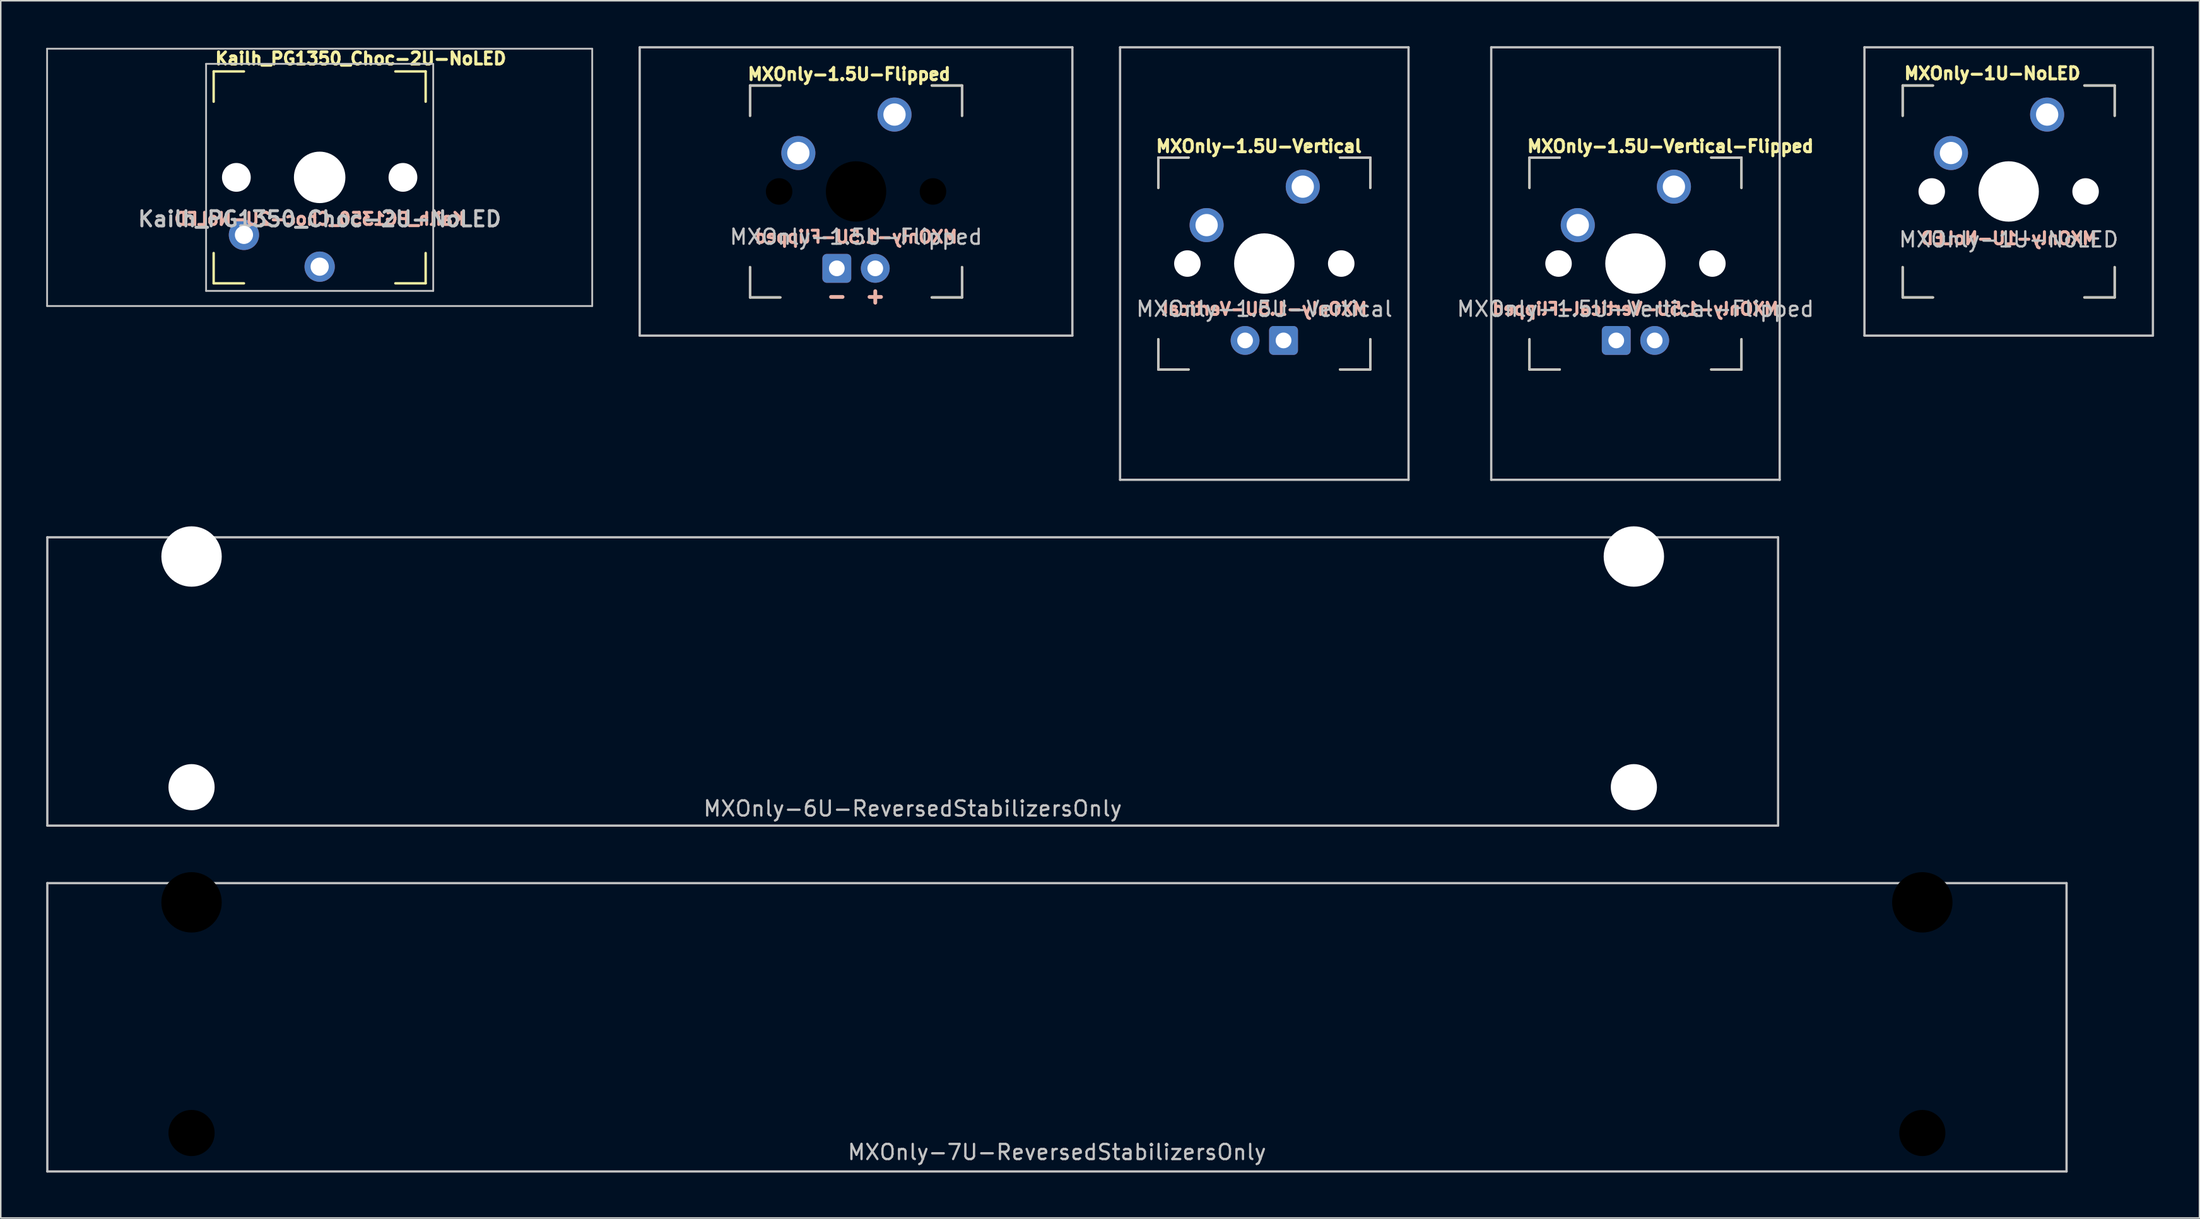
<source format=kicad_pcb>
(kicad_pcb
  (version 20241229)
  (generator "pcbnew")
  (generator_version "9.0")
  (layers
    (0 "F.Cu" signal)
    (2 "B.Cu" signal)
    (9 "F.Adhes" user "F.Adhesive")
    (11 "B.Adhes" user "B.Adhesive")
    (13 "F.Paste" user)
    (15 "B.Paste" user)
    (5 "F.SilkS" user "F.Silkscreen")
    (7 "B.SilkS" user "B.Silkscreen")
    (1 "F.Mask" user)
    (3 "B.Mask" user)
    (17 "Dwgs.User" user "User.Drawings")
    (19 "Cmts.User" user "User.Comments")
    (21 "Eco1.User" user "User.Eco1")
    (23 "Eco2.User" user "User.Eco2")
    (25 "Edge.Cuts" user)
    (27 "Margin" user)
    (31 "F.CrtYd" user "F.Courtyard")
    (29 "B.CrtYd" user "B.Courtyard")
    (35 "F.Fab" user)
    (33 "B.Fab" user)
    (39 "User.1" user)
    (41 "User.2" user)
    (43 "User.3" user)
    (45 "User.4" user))
  (footprint "MXOnly-1U-NoLED"
    (layer "F.Cu")
    (at 129.603 9.6)
    (property "Reference" "MXOnly-1U-NoLED" (at 0 3.175 0) (layer "Dwgs.User") (effects (font (size 1 1) (thickness 0.15))))
    (attr through_hole)
    (fp_line (start -7 -7) (end -5 -7) (stroke (width 0.16) (type solid)) (layer "F.SilkS"))
    (fp_line (start -7 -5) (end -7 -7) (stroke (width 0.16) (type solid)) (layer "F.SilkS"))
    (fp_line (start -7 7) (end -7 5) (stroke (width 0.16) (type solid)) (layer "F.SilkS"))
    (fp_line (start -5 7) (end -7 7) (stroke (width 0.16) (type solid)) (layer "F.SilkS"))
    (fp_line (start 5 -7) (end 7 -7) (stroke (width 0.16) (type solid)) (layer "F.SilkS"))
    (fp_line (start 7 -7) (end 7 -5) (stroke (width 0.16) (type solid)) (layer "F.SilkS"))
    (fp_line (start 7 5) (end 7 7) (stroke (width 0.16) (type solid)) (layer "F.SilkS"))
    (fp_line (start 7 7) (end 5 7) (stroke (width 0.16) (type solid)) (layer "F.SilkS"))
    (fp_line (start -9.525 -9.525) (end 9.525 -9.525) (stroke (width 0.15) (type solid)) (layer "Dwgs.User"))
    (fp_line (start -9.525 9.525) (end -9.525 -9.525) (stroke (width 0.15) (type solid)) (layer "Dwgs.User"))
    (fp_line (start -7 -7) (end -7 -5) (stroke (width 0.15) (type solid)) (layer "Dwgs.User"))
    (fp_line (start -7 5) (end -7 7) (stroke (width 0.15) (type solid)) (layer "Dwgs.User"))
    (fp_line (start -7 7) (end -5 7) (stroke (width 0.15) (type solid)) (layer "Dwgs.User"))
    (fp_line (start -5 -7) (end -7 -7) (stroke (width 0.15) (type solid)) (layer "Dwgs.User"))
    (fp_line (start 5 -7) (end 7 -7) (stroke (width 0.15) (type solid)) (layer "Dwgs.User"))
    (fp_line (start 5 7) (end 7 7) (stroke (width 0.15) (type solid)) (layer "Dwgs.User"))
    (fp_line (start 7 -7) (end 7 -5) (stroke (width 0.15) (type solid)) (layer "Dwgs.User"))
    (fp_line (start 7 7) (end 7 5) (stroke (width 0.15) (type solid)) (layer "Dwgs.User"))
    (fp_line (start 9.525 -9.525) (end 9.525 9.525) (stroke (width 0.15) (type solid)) (layer "Dwgs.User"))
    (fp_line (start 9.525 9.525) (end -9.525 9.525) (stroke (width 0.15) (type solid)) (layer "Dwgs.User"))
    (fp_text user "${REFERENCE}" (at -7 -7.8 0) (layer "F.SilkS") (effects (font (size 0.8 0.8) (thickness 0.2)) (justify left)))
    (fp_text user "${REFERENCE}" (at 0 3.1 0) (layer "B.SilkS") (effects (font (size 0.8 0.8) (thickness 0.2)) (justify mirror)))
    (pad "" np_thru_hole circle (at -5.08 0 48.1) (size 1.75 1.75) (drill 1.75) (layers "*.Cu" "*.Mask"))
    (pad "" np_thru_hole circle (at 0 0) (size 3.988 3.988) (drill 3.988) (layers "*.Cu" "*.Mask"))
    (pad "" np_thru_hole circle (at 5.08 0 48.1) (size 1.75 1.75) (drill 1.75) (layers "*.Cu" "*.Mask"))
    (pad "1" thru_hole circle (at -3.81 -2.54) (size 2.25 2.25) (drill 1.47) (layers "*.Cu" "B.Mask"))
    (pad "2" thru_hole circle (at 2.54 -5.08) (size 2.25 2.25) (drill 1.47) (layers "*.Cu" "B.Mask")))
  (footprint "Kailh_PG1350_Choc-2U-NoLED"
    (layer "F.Cu")
    (at 18.06 8.669)
    (property "Reference" "Kailh_PG1350_Choc-2U-NoLED" (at 0 2.75 180) (layer "Dwgs.User") (effects (font (size 1 1) (thickness 0.2))))
    (attr through_hole)
    (fp_line (start -7 -7) (end -7 -5) (stroke (width 0.16) (type solid)) (layer "F.SilkS"))
    (fp_line (start -7 -7) (end -5 -7) (stroke (width 0.16) (type solid)) (layer "F.SilkS"))
    (fp_line (start -7 7) (end -7 5) (stroke (width 0.16) (type solid)) (layer "F.SilkS"))
    (fp_line (start -5 7) (end -7 7) (stroke (width 0.16) (type solid)) (layer "F.SilkS"))
    (fp_line (start 5 -7) (end 7 -7) (stroke (width 0.16) (type solid)) (layer "F.SilkS"))
    (fp_line (start 7 -7) (end 7 -5) (stroke (width 0.16) (type solid)) (layer "F.SilkS"))
    (fp_line (start 7 5) (end 7 7) (stroke (width 0.16) (type solid)) (layer "F.SilkS"))
    (fp_line (start 7 7) (end 5 7) (stroke (width 0.16) (type solid)) (layer "F.SilkS"))
    (fp_line (start -18 -8.5) (end 18 -8.5) (stroke (width 0.12) (type solid)) (layer "Dwgs.User"))
    (fp_line (start -18 8.5) (end -18 -8.5) (stroke (width 0.12) (type solid)) (layer "Dwgs.User"))
    (fp_line (start -7.5 -7.5) (end 7.5 -7.5) (stroke (width 0.12) (type solid)) (layer "Dwgs.User"))
    (fp_line (start -7.5 7.5) (end -7.5 -7.5) (stroke (width 0.12) (type solid)) (layer "Dwgs.User"))
    (fp_line (start 7.5 -7.5) (end 7.5 7.5) (stroke (width 0.12) (type solid)) (layer "Dwgs.User"))
    (fp_line (start 7.5 7.5) (end -7.5 7.5) (stroke (width 0.12) (type solid)) (layer "Dwgs.User"))
    (fp_line (start 18 -8.5) (end 18 8.5) (stroke (width 0.12) (type solid)) (layer "Dwgs.User"))
    (fp_line (start 18 8.5) (end -18 8.5) (stroke (width 0.12) (type solid)) (layer "Dwgs.User"))
    (fp_line (start -7 -7) (end 7 -7) (stroke (width 0.12) (type solid)) (layer "Eco1.User"))
    (fp_line (start -7 7) (end -7 -7) (stroke (width 0.12) (type solid)) (layer "Eco1.User"))
    (fp_line (start 7 -7) (end 7 7) (stroke (width 0.12) (type solid)) (layer "Eco1.User"))
    (fp_line (start 7 7) (end -7 7) (stroke (width 0.12) (type solid)) (layer "Eco1.User"))
    (fp_text user "${REFERENCE}" (at -7 -7.85 0) (layer "F.SilkS") (effects (font (size 0.8 0.8) (thickness 0.2)) (justify left)))
    (fp_text user "${REFERENCE}" (at 0 2.75 0) (layer "B.SilkS") (effects (font (size 0.8 0.8) (thickness 0.2)) (justify mirror)))
    (pad "" np_thru_hole circle (at -5.5 0) (size 1.9 1.9) (drill 1.9) (layers "*.Cu" "*.Mask"))
    (pad "" np_thru_hole circle (at 0 0) (size 3.4 3.4) (drill 3.4) (layers "*.Cu" "*.Mask"))
    (pad "" np_thru_hole circle (at 5.5 0) (size 1.9 1.9) (drill 1.9) (layers "*.Cu" "*.Mask"))
    (pad "1" thru_hole circle (at 0 5.9 180) (size 2 2) (drill 1.2) (layers "*.Cu" "B.Mask"))
    (pad "2" thru_hole circle (at -5 3.8 41.9) (size 2 2) (drill 1.2) (layers "*.Cu" "B.Mask")))
  (footprint "MXOnly-7U-ReversedStabilizersOnly"
    (layer "F.Cu")
    (at 66.75 64.823)
    (property "Reference" "MXOnly-7U-ReversedStabilizersOnly" (at 0 8.25 0) (layer "Dwgs.User") (effects (font (size 1 1) (thickness 0.15))))
    (attr through_hole)
    (fp_line (start -66.675 -9.525) (end 66.675 -9.525) (stroke (width 0.15) (type solid)) (layer "Dwgs.User"))
    (fp_line (start -66.675 9.525) (end -66.675 -9.525) (stroke (width 0.15) (type solid)) (layer "Dwgs.User"))
    (fp_line (start -66.675 9.525) (end 66.675 9.525) (stroke (width 0.15) (type solid)) (layer "Dwgs.User"))
    (fp_line (start 66.675 -9.525) (end 66.675 9.525) (stroke (width 0.15) (type solid)) (layer "Dwgs.User"))
    (pad "" np_thru_hole circle (at -57.15 -8.255) (size 3.988 3.988) (drill 3.988) (layers "*.Mask"))
    (pad "" np_thru_hole circle (at -57.15 6.985) (size 3.048 3.048) (drill 3.048) (layers "*.Mask"))
    (pad "" np_thru_hole circle (at 57.15 -8.255) (size 3.988 3.988) (drill 3.988) (layers "*.Mask"))
    (pad "" np_thru_hole circle (at 57.15 6.985) (size 3.048 3.048) (drill 3.048) (layers "*.Mask")))
  (footprint "MXOnly-1.5U-Vertical"
    (layer "F.Cu")
    (at 80.445 14.363)
    (property "Reference" "MXOnly-1.5U-Vertical" (at 0 3 0) (layer "Dwgs.User") (effects (font (size 1 1) (thickness 0.15))))
    (attr through_hole)
    (fp_line (start -7 -7) (end -5 -7) (stroke (width 0.16) (type solid)) (layer "F.SilkS"))
    (fp_line (start -7 -5) (end -7 -7) (stroke (width 0.16) (type solid)) (layer "F.SilkS"))
    (fp_line (start -7 5) (end -7 7) (stroke (width 0.16) (type solid)) (layer "F.SilkS"))
    (fp_line (start -7 7) (end -5 7) (stroke (width 0.16) (type solid)) (layer "F.SilkS"))
    (fp_line (start 5 -7) (end 7 -7) (stroke (width 0.16) (type solid)) (layer "F.SilkS"))
    (fp_line (start 5 7) (end 7 7) (stroke (width 0.16) (type solid)) (layer "F.SilkS"))
    (fp_line (start 7 -7) (end 7 -5) (stroke (width 0.16) (type solid)) (layer "F.SilkS"))
    (fp_line (start 7 7) (end 7 5) (stroke (width 0.16) (type solid)) (layer "F.SilkS"))
    (fp_line (start -9.525 -14.287) (end -9.525 14.287) (stroke (width 0.15) (type solid)) (layer "Dwgs.User"))
    (fp_line (start -7 -7) (end -7 -5) (stroke (width 0.15) (type solid)) (layer "Dwgs.User"))
    (fp_line (start -7 5) (end -7 7) (stroke (width 0.15) (type solid)) (layer "Dwgs.User"))
    (fp_line (start -7 7) (end -5 7) (stroke (width 0.15) (type solid)) (layer "Dwgs.User"))
    (fp_line (start -5 -7) (end -7 -7) (stroke (width 0.15) (type solid)) (layer "Dwgs.User"))
    (fp_line (start 5 -7) (end 7 -7) (stroke (width 0.15) (type solid)) (layer "Dwgs.User"))
    (fp_line (start 5 7) (end 7 7) (stroke (width 0.15) (type solid)) (layer "Dwgs.User"))
    (fp_line (start 7 -7) (end 7 -5) (stroke (width 0.15) (type solid)) (layer "Dwgs.User"))
    (fp_line (start 7 7) (end 7 5) (stroke (width 0.15) (type solid)) (layer "Dwgs.User"))
    (fp_line (start 9.525 -14.287) (end -9.525 -14.287) (stroke (width 0.15) (type solid)) (layer "Dwgs.User"))
    (fp_line (start 9.525 -14.287) (end 9.525 14.287) (stroke (width 0.15) (type solid)) (layer "Dwgs.User"))
    (fp_line (start 9.525 14.287) (end -9.525 14.287) (stroke (width 0.15) (type solid)) (layer "Dwgs.User"))
    (fp_text user "${REFERENCE}" (at -7.25 -7.75 0) (layer "F.SilkS") (effects (font (size 0.8 0.8) (thickness 0.2)) (justify left)))
    (fp_text user "${REFERENCE}" (at 0 3 0) (layer "B.SilkS") (effects (font (size 0.8 0.8) (thickness 0.2)) (justify mirror)))
    (pad "" np_thru_hole circle (at -5.08 0 48.1) (size 1.75 1.75) (drill 1.75) (layers "*.Cu" "*.Mask"))
    (pad "" np_thru_hole circle (at 0 0) (size 3.988 3.988) (drill 3.988) (layers "*.Cu" "*.Mask"))
    (pad "" np_thru_hole circle (at 5.08 0 48.1) (size 1.75 1.75) (drill 1.75) (layers "*.Cu" "*.Mask"))
    (pad "1" thru_hole circle (at -3.81 -2.54) (size 2.25 2.25) (drill 1.47) (layers "*.Cu" "B.Mask"))
    (pad "2" thru_hole circle (at 2.54 -5.08) (size 2.25 2.25) (drill 1.47) (layers "*.Cu" "B.Mask"))
    (pad "3" thru_hole circle (at -1.27 5.08) (size 1.905 1.905) (drill 1.04) (layers "*.Cu" "B.Mask"))
    (pad "4" thru_hole roundrect (at 1.27 5.08) (size 1.905 1.905) (drill 1.04) (layers "*.Cu" "B.Mask") (roundrect_rratio 0.15)))
  (footprint "MXOnly-1.5U-Vertical-Flipped"
    (layer "F.Cu")
    (at 104.956 14.363)
    (property "Reference" "MXOnly-1.5U-Vertical-Flipped" (at 0 3 0) (layer "Dwgs.User") (effects (font (size 1 1) (thickness 0.15))))
    (attr through_hole)
    (fp_line (start -7 -7) (end -5 -7) (stroke (width 0.16) (type solid)) (layer "F.SilkS"))
    (fp_line (start -7 -5) (end -7 -7) (stroke (width 0.16) (type solid)) (layer "F.SilkS"))
    (fp_line (start -7 5) (end -7 7) (stroke (width 0.16) (type solid)) (layer "F.SilkS"))
    (fp_line (start -7 7) (end -5 7) (stroke (width 0.16) (type solid)) (layer "F.SilkS"))
    (fp_line (start 5 -7) (end 7 -7) (stroke (width 0.16) (type solid)) (layer "F.SilkS"))
    (fp_line (start 5 7) (end 7 7) (stroke (width 0.16) (type solid)) (layer "F.SilkS"))
    (fp_line (start 7 -7) (end 7 -5) (stroke (width 0.16) (type solid)) (layer "F.SilkS"))
    (fp_line (start 7 7) (end 7 5) (stroke (width 0.16) (type solid)) (layer "F.SilkS"))
    (fp_line (start -9.525 -14.287) (end -9.525 14.287) (stroke (width 0.15) (type solid)) (layer "Dwgs.User"))
    (fp_line (start -7 -7) (end -7 -5) (stroke (width 0.15) (type solid)) (layer "Dwgs.User"))
    (fp_line (start -7 5) (end -7 7) (stroke (width 0.15) (type solid)) (layer "Dwgs.User"))
    (fp_line (start -7 7) (end -5 7) (stroke (width 0.15) (type solid)) (layer "Dwgs.User"))
    (fp_line (start -5 -7) (end -7 -7) (stroke (width 0.15) (type solid)) (layer "Dwgs.User"))
    (fp_line (start 5 -7) (end 7 -7) (stroke (width 0.15) (type solid)) (layer "Dwgs.User"))
    (fp_line (start 5 7) (end 7 7) (stroke (width 0.15) (type solid)) (layer "Dwgs.User"))
    (fp_line (start 7 -7) (end 7 -5) (stroke (width 0.15) (type solid)) (layer "Dwgs.User"))
    (fp_line (start 7 7) (end 7 5) (stroke (width 0.15) (type solid)) (layer "Dwgs.User"))
    (fp_line (start 9.525 -14.287) (end -9.525 -14.287) (stroke (width 0.15) (type solid)) (layer "Dwgs.User"))
    (fp_line (start 9.525 -14.287) (end 9.525 14.287) (stroke (width 0.15) (type solid)) (layer "Dwgs.User"))
    (fp_line (start 9.525 14.287) (end -9.525 14.287) (stroke (width 0.15) (type solid)) (layer "Dwgs.User"))
    (fp_text user "${REFERENCE}" (at -7.25 -7.75 0) (layer "F.SilkS") (effects (font (size 0.8 0.8) (thickness 0.2)) (justify left)))
    (fp_text user "${REFERENCE}" (at 0 3 0) (layer "B.SilkS") (effects (font (size 0.8 0.8) (thickness 0.2)) (justify mirror)))
    (pad "" np_thru_hole circle (at -5.08 0 48.1) (size 1.75 1.75) (drill 1.75) (layers "*.Cu" "*.Mask"))
    (pad "" np_thru_hole circle (at 0 0) (size 3.988 3.988) (drill 3.988) (layers "*.Cu" "*.Mask"))
    (pad "" np_thru_hole circle (at 5.08 0 48.1) (size 1.75 1.75) (drill 1.75) (layers "*.Cu" "*.Mask"))
    (pad "1" thru_hole circle (at 2.54 -5.08) (size 2.25 2.25) (drill 1.47) (layers "*.Cu" "B.Mask"))
    (pad "2" thru_hole circle (at -3.81 -2.54) (size 2.25 2.25) (drill 1.47) (layers "*.Cu" "B.Mask"))
    (pad "3" thru_hole circle (at 1.27 5.08) (size 1.905 1.905) (drill 1.04) (layers "*.Cu" "B.Mask"))
    (pad "4" thru_hole roundrect (at -1.27 5.08) (size 1.905 1.905) (drill 1.04) (layers "*.Cu" "B.Mask") (roundrect_rratio 0.15)))
  (footprint "MXOnly-1.5U-Flipped"
    (layer "F.Cu")
    (at 53.483 9.6)
    (property "Reference" "MXOnly-1.5U-Flipped" (at 0 3 0) (layer "Dwgs.User") (effects (font (size 1 1) (thickness 0.15))))
    (attr through_hole)
    (fp_line (start -7 -7) (end -5 -7) (stroke (width 0.16) (type solid)) (layer "F.SilkS"))
    (fp_line (start -7 -5) (end -7 -7) (stroke (width 0.16) (type solid)) (layer "F.SilkS"))
    (fp_line (start -7 5) (end -7 7) (stroke (width 0.16) (type solid)) (layer "F.SilkS"))
    (fp_line (start -7 7) (end -5 7) (stroke (width 0.16) (type solid)) (layer "F.SilkS"))
    (fp_line (start 5 -7) (end 7 -7) (stroke (width 0.16) (type solid)) (layer "F.SilkS"))
    (fp_line (start 5 7) (end 7 7) (stroke (width 0.16) (type solid)) (layer "F.SilkS"))
    (fp_line (start 7 -7) (end 7 -5) (stroke (width 0.16) (type solid)) (layer "F.SilkS"))
    (fp_line (start 7 7) (end 7 5) (stroke (width 0.16) (type solid)) (layer "F.SilkS"))
    (fp_line (start -14.287 -9.525) (end 14.287 -9.525) (stroke (width 0.15) (type solid)) (layer "Dwgs.User"))
    (fp_line (start -14.287 9.525) (end -14.287 -9.525) (stroke (width 0.15) (type solid)) (layer "Dwgs.User"))
    (fp_line (start -14.287 9.525) (end 14.287 9.525) (stroke (width 0.15) (type solid)) (layer "Dwgs.User"))
    (fp_line (start -7 -7) (end -7 -5) (stroke (width 0.15) (type solid)) (layer "Dwgs.User"))
    (fp_line (start -7 5) (end -7 7) (stroke (width 0.15) (type solid)) (layer "Dwgs.User"))
    (fp_line (start -7 7) (end -5 7) (stroke (width 0.15) (type solid)) (layer "Dwgs.User"))
    (fp_line (start -5 -7) (end -7 -7) (stroke (width 0.15) (type solid)) (layer "Dwgs.User"))
    (fp_line (start 5 -7) (end 7 -7) (stroke (width 0.15) (type solid)) (layer "Dwgs.User"))
    (fp_line (start 5 7) (end 7 7) (stroke (width 0.15) (type solid)) (layer "Dwgs.User"))
    (fp_line (start 7 -7) (end 7 -5) (stroke (width 0.15) (type solid)) (layer "Dwgs.User"))
    (fp_line (start 7 7) (end 7 5) (stroke (width 0.15) (type solid)) (layer "Dwgs.User"))
    (fp_line (start 14.287 -9.525) (end 14.287 9.525) (stroke (width 0.15) (type solid)) (layer "Dwgs.User"))
    (fp_text user "${REFERENCE}" (at -7.25 -7.75 0) (layer "F.SilkS") (effects (font (size 0.8 0.8) (thickness 0.2)) (justify left)))
    (fp_text user "${REFERENCE}" (at 0 3 0) (layer "B.SilkS") (effects (font (size 0.8 0.8) (thickness 0.2)) (justify mirror)))
    (fp_text user "-" (at -1.27 6.9 0) (layer "B.SilkS") (effects (font (size 1 1) (thickness 0.25)) (justify mirror)))
    (fp_text user "+" (at 1.27 6.9 0) (layer "B.SilkS") (effects (font (size 1 1) (thickness 0.25)) (justify mirror)))
    (pad "" np_thru_hole circle (at -5.08 0 48.099) (size 1.75 1.75) (drill 1.75) (layers "*.Mask"))
    (pad "" np_thru_hole circle (at 0 0) (size 3.988 3.988) (drill 3.988) (layers "*.Mask"))
    (pad "" np_thru_hole circle (at 5.08 0 48.099) (size 1.75 1.75) (drill 1.75) (layers "*.Mask"))
    (pad "1" thru_hole circle (at 2.54 -5.08) (size 2.25 2.25) (drill 1.47) (layers "*.Cu" "B.Mask"))
    (pad "2" thru_hole circle (at -3.81 -2.54) (size 2.25 2.25) (drill 1.47) (layers "*.Cu" "B.Mask"))
    (pad "3" thru_hole circle (at 1.27 5.08) (size 1.905 1.905) (drill 1.04) (layers "*.Cu" "B.Mask"))
    (pad "4" thru_hole roundrect (at -1.27 5.08) (size 1.905 1.905) (drill 1.04) (layers "*.Cu" "B.Mask") (roundrect_rratio 0.15)))
  (footprint "MXOnly-6U-ReversedStabilizersOnly"
    (layer "F.Cu")
    (at 57.225 41.974)
    (property "Reference" "MXOnly-6U-ReversedStabilizersOnly" (at 0 8.4 0) (layer "Dwgs.User") (effects (font (size 1 1) (thickness 0.15))))
    (attr through_hole)
    (fp_line (start -57.15 -9.525) (end 57.15 -9.525) (stroke (width 0.15) (type solid)) (layer "Dwgs.User"))
    (fp_line (start -57.15 9.525) (end -57.15 -9.525) (stroke (width 0.15) (type solid)) (layer "Dwgs.User"))
    (fp_line (start -57.15 9.525) (end 57.15 9.525) (stroke (width 0.15) (type solid)) (layer "Dwgs.User"))
    (fp_line (start 57.15 -9.525) (end 57.15 9.525) (stroke (width 0.15) (type solid)) (layer "Dwgs.User"))
    (pad "" np_thru_hole circle (at -47.625 -8.255) (size 3.988 3.988) (drill 3.988) (layers "*.Cu" "*.Mask"))
    (pad "" np_thru_hole circle (at -47.625 6.985) (size 3.048 3.048) (drill 3.048) (layers "*.Cu" "*.Mask"))
    (pad "" np_thru_hole circle (at 47.625 -8.255) (size 3.988 3.988) (drill 3.988) (layers "*.Cu" "*.Mask"))
    (pad "" np_thru_hole circle (at 47.625 6.985) (size 3.048 3.048) (drill 3.048) (layers "*.Cu" "*.Mask")))
  (gr_rect
    (start -3 -3)
    (end 142.203 77.423)
    (stroke (width 0.1) (type default))
    (fill no)
    (layer "Edge.Cuts")))
</source>
